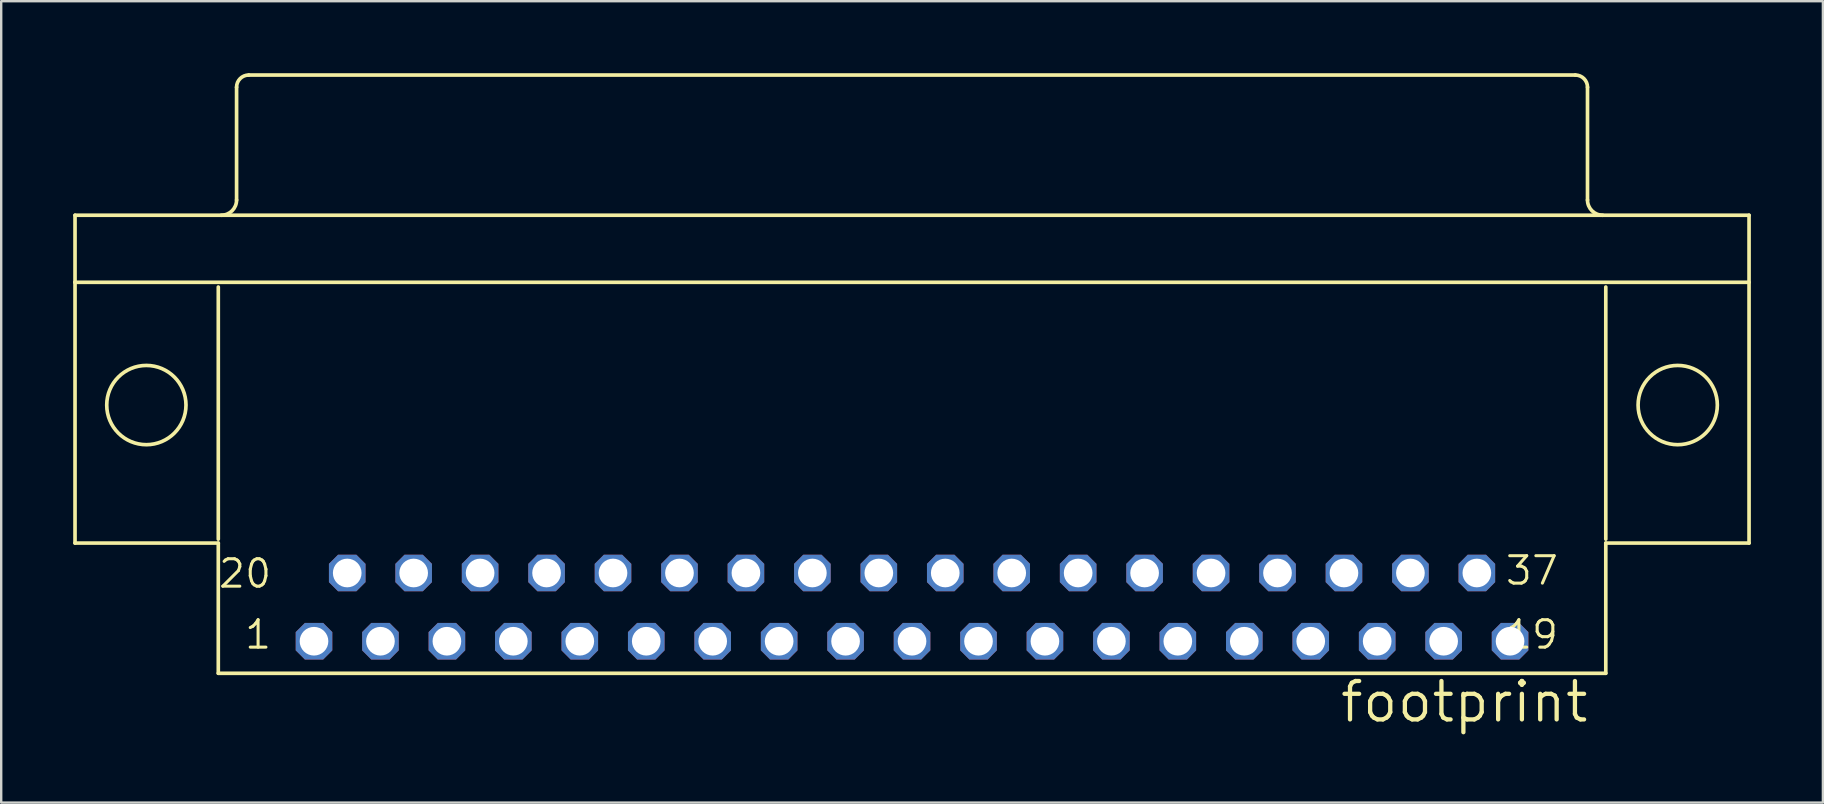
<source format=kicad_pcb>
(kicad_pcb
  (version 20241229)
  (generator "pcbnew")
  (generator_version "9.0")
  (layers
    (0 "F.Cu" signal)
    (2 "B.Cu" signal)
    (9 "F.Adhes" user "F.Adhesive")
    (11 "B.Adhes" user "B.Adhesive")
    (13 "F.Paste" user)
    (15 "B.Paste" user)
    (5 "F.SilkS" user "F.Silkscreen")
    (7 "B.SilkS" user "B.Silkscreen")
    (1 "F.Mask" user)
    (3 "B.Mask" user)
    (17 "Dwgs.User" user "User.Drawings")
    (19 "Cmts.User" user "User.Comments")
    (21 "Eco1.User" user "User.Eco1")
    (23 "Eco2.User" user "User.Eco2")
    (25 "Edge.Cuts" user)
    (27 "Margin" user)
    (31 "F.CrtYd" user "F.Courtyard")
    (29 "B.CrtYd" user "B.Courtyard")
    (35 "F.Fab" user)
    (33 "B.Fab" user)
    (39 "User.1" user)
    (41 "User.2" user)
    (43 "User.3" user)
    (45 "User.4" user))
  (footprint "footprint"
    (layer "F.Cu")
    (at 34.95 13.827)
    (property "Reference" "footprint" (at 28.27 11.43 0) (layer "F.SilkS") (effects (font (size 1.6 1.6) (thickness 0.178)) (justify right top)))
    (fp_line (start -34.874 -7.909) (end 34.874 -7.909) (stroke (width 0.152) (type solid)) (layer "F.SilkS"))
    (fp_line (start -34.874 -5.115) (end -34.874 -7.909) (stroke (width 0.152) (type solid)) (layer "F.SilkS"))
    (fp_line (start -34.874 -5.115) (end 34.874 -5.115) (stroke (width 0.152) (type solid)) (layer "F.SilkS"))
    (fp_line (start -34.874 5.75) (end -34.874 -5.115) (stroke (width 0.152) (type solid)) (layer "F.SilkS"))
    (fp_line (start -34.874 5.75) (end -28.905 5.75) (stroke (width 0.152) (type solid)) (layer "F.SilkS"))
    (fp_line (start -28.905 -4.918) (end -28.905 5.587) (stroke (width 0.152) (type solid)) (layer "F.SilkS"))
    (fp_line (start -28.905 5.75) (end -28.905 11.175) (stroke (width 0.152) (type solid)) (layer "F.SilkS"))
    (fp_line (start -28.905 11.175) (end 28.905 11.175) (stroke (width 0.152) (type solid)) (layer "F.SilkS"))
    (fp_line (start -28.143 -8.544) (end -28.143 -13.243) (stroke (width 0.152) (type solid)) (layer "F.SilkS"))
    (fp_line (start -27.635 -13.751) (end 27.635 -13.751) (stroke (width 0.152) (type solid)) (layer "F.SilkS"))
    (fp_line (start 28.143 -8.544) (end 28.143 -13.243) (stroke (width 0.152) (type solid)) (layer "F.SilkS"))
    (fp_line (start 28.905 5.587) (end 28.905 -4.918) (stroke (width 0.152) (type solid)) (layer "F.SilkS"))
    (fp_line (start 28.905 5.75) (end 34.874 5.75) (stroke (width 0.152) (type solid)) (layer "F.SilkS"))
    (fp_line (start 28.905 11.175) (end 28.905 5.75) (stroke (width 0.152) (type solid)) (layer "F.SilkS"))
    (fp_line (start 34.874 5.75) (end 34.874 -7.909) (stroke (width 0.152) (type solid)) (layer "F.SilkS"))
    (fp_arc (start -28.1432 -13.243) (mid -27.99441 -13.60221) (end -27.6352 -13.751) (stroke (width 0.1524) (type solid)) (layer "F.SilkS"))
    (fp_arc (start -28.1432 -8.544) (mid -28.329187 -8.094987) (end -28.7782 -7.909) (stroke (width 0.1524) (type solid)) (layer "F.SilkS"))
    (fp_arc (start 27.6352 -13.751) (mid 27.99441 -13.60221) (end 28.1432 -13.243) (stroke (width 0.1524) (type solid)) (layer "F.SilkS"))
    (fp_arc (start 28.7782 -7.909) (mid 28.329187 -8.094987) (end 28.1432 -8.544) (stroke (width 0.1524) (type solid)) (layer "F.SilkS"))
    (fp_circle (center -31.902 0) (end -30.251 0) (stroke (width 0.152) (type solid)) (fill no) (layer "F.SilkS"))
    (fp_circle (center 31.902 0) (end 33.553 0) (stroke (width 0.152) (type solid)) (fill no) (layer "F.SilkS"))
    (fp_text user "1" (at -26.619 8.895 0) (layer "F.SilkS") (effects (font (size 1.143 1.143) (thickness 0.127)) (justify right top)))
    (fp_text user "20" (at -26.619 6.355 0) (layer "F.SilkS") (effects (font (size 1.143 1.143) (thickness 0.127)) (justify right top)))
    (fp_text user "37" (at 27 6.228 0) (layer "F.SilkS") (effects (font (size 1.143 1.143) (thickness 0.127)) (justify right top)))
    (fp_text user "19" (at 27 8.895 0) (layer "F.SilkS") (effects (font (size 1.143 1.143) (thickness 0.127)) (justify right top)))
    (pad "1" thru_hole roundrect (at -24.917 9.84) (size 1.524 1.524) (drill 1.194) (layers "*.Cu" "*.Mask") (roundrect_rratio 0.25) (chamfer_ratio 0.25) (chamfer top_left top_right bottom_left bottom_right))
    (pad "2" thru_hole roundrect (at -22.149 9.84) (size 1.524 1.524) (drill 1.194) (layers "*.Cu" "*.Mask") (roundrect_rratio 0.25) (chamfer_ratio 0.25) (chamfer top_left top_right bottom_left bottom_right))
    (pad "3" thru_hole roundrect (at -19.38 9.84) (size 1.524 1.524) (drill 1.194) (layers "*.Cu" "*.Mask") (roundrect_rratio 0.25) (chamfer_ratio 0.25) (chamfer top_left top_right bottom_left bottom_right))
    (pad "4" thru_hole roundrect (at -16.612 9.84) (size 1.524 1.524) (drill 1.194) (layers "*.Cu" "*.Mask") (roundrect_rratio 0.25) (chamfer_ratio 0.25) (chamfer top_left top_right bottom_left bottom_right))
    (pad "5" thru_hole roundrect (at -13.843 9.84) (size 1.524 1.524) (drill 1.194) (layers "*.Cu" "*.Mask") (roundrect_rratio 0.25) (chamfer_ratio 0.25) (chamfer top_left top_right bottom_left bottom_right))
    (pad "6" thru_hole roundrect (at -11.074 9.84) (size 1.524 1.524) (drill 1.194) (layers "*.Cu" "*.Mask") (roundrect_rratio 0.25) (chamfer_ratio 0.25) (chamfer top_left top_right bottom_left bottom_right))
    (pad "7" thru_hole roundrect (at -8.306 9.84) (size 1.524 1.524) (drill 1.194) (layers "*.Cu" "*.Mask") (roundrect_rratio 0.25) (chamfer_ratio 0.25) (chamfer top_left top_right bottom_left bottom_right))
    (pad "8" thru_hole roundrect (at -5.537 9.84) (size 1.524 1.524) (drill 1.194) (layers "*.Cu" "*.Mask") (roundrect_rratio 0.25) (chamfer_ratio 0.25) (chamfer top_left top_right bottom_left bottom_right))
    (pad "9" thru_hole roundrect (at -2.769 9.84) (size 1.524 1.524) (drill 1.194) (layers "*.Cu" "*.Mask") (roundrect_rratio 0.25) (chamfer_ratio 0.25) (chamfer top_left top_right bottom_left bottom_right))
    (pad "10" thru_hole roundrect (at 0 9.84) (size 1.524 1.524) (drill 1.194) (layers "*.Cu" "*.Mask") (roundrect_rratio 0.25) (chamfer_ratio 0.25) (chamfer top_left top_right bottom_left bottom_right))
    (pad "11" thru_hole roundrect (at 2.769 9.84) (size 1.524 1.524) (drill 1.194) (layers "*.Cu" "*.Mask") (roundrect_rratio 0.25) (chamfer_ratio 0.25) (chamfer top_left top_right bottom_left bottom_right))
    (pad "12" thru_hole roundrect (at 5.537 9.84) (size 1.524 1.524) (drill 1.194) (layers "*.Cu" "*.Mask") (roundrect_rratio 0.25) (chamfer_ratio 0.25) (chamfer top_left top_right bottom_left bottom_right))
    (pad "13" thru_hole roundrect (at 8.306 9.84) (size 1.524 1.524) (drill 1.194) (layers "*.Cu" "*.Mask") (roundrect_rratio 0.25) (chamfer_ratio 0.25) (chamfer top_left top_right bottom_left bottom_right))
    (pad "14" thru_hole roundrect (at 11.074 9.84) (size 1.524 1.524) (drill 1.194) (layers "*.Cu" "*.Mask") (roundrect_rratio 0.25) (chamfer_ratio 0.25) (chamfer top_left top_right bottom_left bottom_right))
    (pad "15" thru_hole roundrect (at 13.843 9.84) (size 1.524 1.524) (drill 1.194) (layers "*.Cu" "*.Mask") (roundrect_rratio 0.25) (chamfer_ratio 0.25) (chamfer top_left top_right bottom_left bottom_right))
    (pad "16" thru_hole roundrect (at 16.612 9.84) (size 1.524 1.524) (drill 1.194) (layers "*.Cu" "*.Mask") (roundrect_rratio 0.25) (chamfer_ratio 0.25) (chamfer top_left top_right bottom_left bottom_right))
    (pad "17" thru_hole roundrect (at 19.38 9.84) (size 1.524 1.524) (drill 1.194) (layers "*.Cu" "*.Mask") (roundrect_rratio 0.25) (chamfer_ratio 0.25) (chamfer top_left top_right bottom_left bottom_right))
    (pad "18" thru_hole roundrect (at 22.149 9.84) (size 1.524 1.524) (drill 1.194) (layers "*.Cu" "*.Mask") (roundrect_rratio 0.25) (chamfer_ratio 0.25) (chamfer top_left top_right bottom_left bottom_right))
    (pad "19" thru_hole roundrect (at 24.917 9.84) (size 1.524 1.524) (drill 1.194) (layers "*.Cu" "*.Mask") (roundrect_rratio 0.25) (chamfer_ratio 0.25) (chamfer top_left top_right bottom_left bottom_right))
    (pad "20" thru_hole roundrect (at -23.533 6.997) (size 1.524 1.524) (drill 1.194) (layers "*.Cu" "*.Mask") (roundrect_rratio 0.25) (chamfer_ratio 0.25) (chamfer top_left top_right bottom_left bottom_right))
    (pad "21" thru_hole roundrect (at -20.765 6.997) (size 1.524 1.524) (drill 1.194) (layers "*.Cu" "*.Mask") (roundrect_rratio 0.25) (chamfer_ratio 0.25) (chamfer top_left top_right bottom_left bottom_right))
    (pad "22" thru_hole roundrect (at -17.996 6.997) (size 1.524 1.524) (drill 1.194) (layers "*.Cu" "*.Mask") (roundrect_rratio 0.25) (chamfer_ratio 0.25) (chamfer top_left top_right bottom_left bottom_right))
    (pad "23" thru_hole roundrect (at -15.227 6.997) (size 1.524 1.524) (drill 1.194) (layers "*.Cu" "*.Mask") (roundrect_rratio 0.25) (chamfer_ratio 0.25) (chamfer top_left top_right bottom_left bottom_right))
    (pad "24" thru_hole roundrect (at -12.459 6.997) (size 1.524 1.524) (drill 1.194) (layers "*.Cu" "*.Mask") (roundrect_rratio 0.25) (chamfer_ratio 0.25) (chamfer top_left top_right bottom_left bottom_right))
    (pad "25" thru_hole roundrect (at -9.69 6.997) (size 1.524 1.524) (drill 1.194) (layers "*.Cu" "*.Mask") (roundrect_rratio 0.25) (chamfer_ratio 0.25) (chamfer top_left top_right bottom_left bottom_right))
    (pad "26" thru_hole roundrect (at -6.921 6.997) (size 1.524 1.524) (drill 1.194) (layers "*.Cu" "*.Mask") (roundrect_rratio 0.25) (chamfer_ratio 0.25) (chamfer top_left top_right bottom_left bottom_right))
    (pad "27" thru_hole roundrect (at -4.153 6.997) (size 1.524 1.524) (drill 1.194) (layers "*.Cu" "*.Mask") (roundrect_rratio 0.25) (chamfer_ratio 0.25) (chamfer top_left top_right bottom_left bottom_right))
    (pad "28" thru_hole roundrect (at -1.384 6.997) (size 1.524 1.524) (drill 1.194) (layers "*.Cu" "*.Mask") (roundrect_rratio 0.25) (chamfer_ratio 0.25) (chamfer top_left top_right bottom_left bottom_right))
    (pad "29" thru_hole roundrect (at 1.384 6.997) (size 1.524 1.524) (drill 1.194) (layers "*.Cu" "*.Mask") (roundrect_rratio 0.25) (chamfer_ratio 0.25) (chamfer top_left top_right bottom_left bottom_right))
    (pad "30" thru_hole roundrect (at 4.153 6.997) (size 1.524 1.524) (drill 1.194) (layers "*.Cu" "*.Mask") (roundrect_rratio 0.25) (chamfer_ratio 0.25) (chamfer top_left top_right bottom_left bottom_right))
    (pad "31" thru_hole roundrect (at 6.921 6.997) (size 1.524 1.524) (drill 1.194) (layers "*.Cu" "*.Mask") (roundrect_rratio 0.25) (chamfer_ratio 0.25) (chamfer top_left top_right bottom_left bottom_right))
    (pad "32" thru_hole roundrect (at 9.69 6.997) (size 1.524 1.524) (drill 1.194) (layers "*.Cu" "*.Mask") (roundrect_rratio 0.25) (chamfer_ratio 0.25) (chamfer top_left top_right bottom_left bottom_right))
    (pad "33" thru_hole roundrect (at 12.459 6.997) (size 1.524 1.524) (drill 1.194) (layers "*.Cu" "*.Mask") (roundrect_rratio 0.25) (chamfer_ratio 0.25) (chamfer top_left top_right bottom_left bottom_right))
    (pad "34" thru_hole roundrect (at 15.227 6.997) (size 1.524 1.524) (drill 1.194) (layers "*.Cu" "*.Mask") (roundrect_rratio 0.25) (chamfer_ratio 0.25) (chamfer top_left top_right bottom_left bottom_right))
    (pad "35" thru_hole roundrect (at 17.996 6.997) (size 1.524 1.524) (drill 1.194) (layers "*.Cu" "*.Mask") (roundrect_rratio 0.25) (chamfer_ratio 0.25) (chamfer top_left top_right bottom_left bottom_right))
    (pad "36" thru_hole roundrect (at 20.765 6.997) (size 1.524 1.524) (drill 1.194) (layers "*.Cu" "*.Mask") (roundrect_rratio 0.25) (chamfer_ratio 0.25) (chamfer top_left top_right bottom_left bottom_right))
    (pad "37" thru_hole roundrect (at 23.533 6.997) (size 1.524 1.524) (drill 1.194) (layers "*.Cu" "*.Mask") (roundrect_rratio 0.25) (chamfer_ratio 0.25) (chamfer top_left top_right bottom_left bottom_right)))
  (gr_rect
    (start -3 -3)
    (end 72.901 30.391)
    (stroke (width 0.1) (type default))
    (fill no)
    (layer "Edge.Cuts")))
</source>
